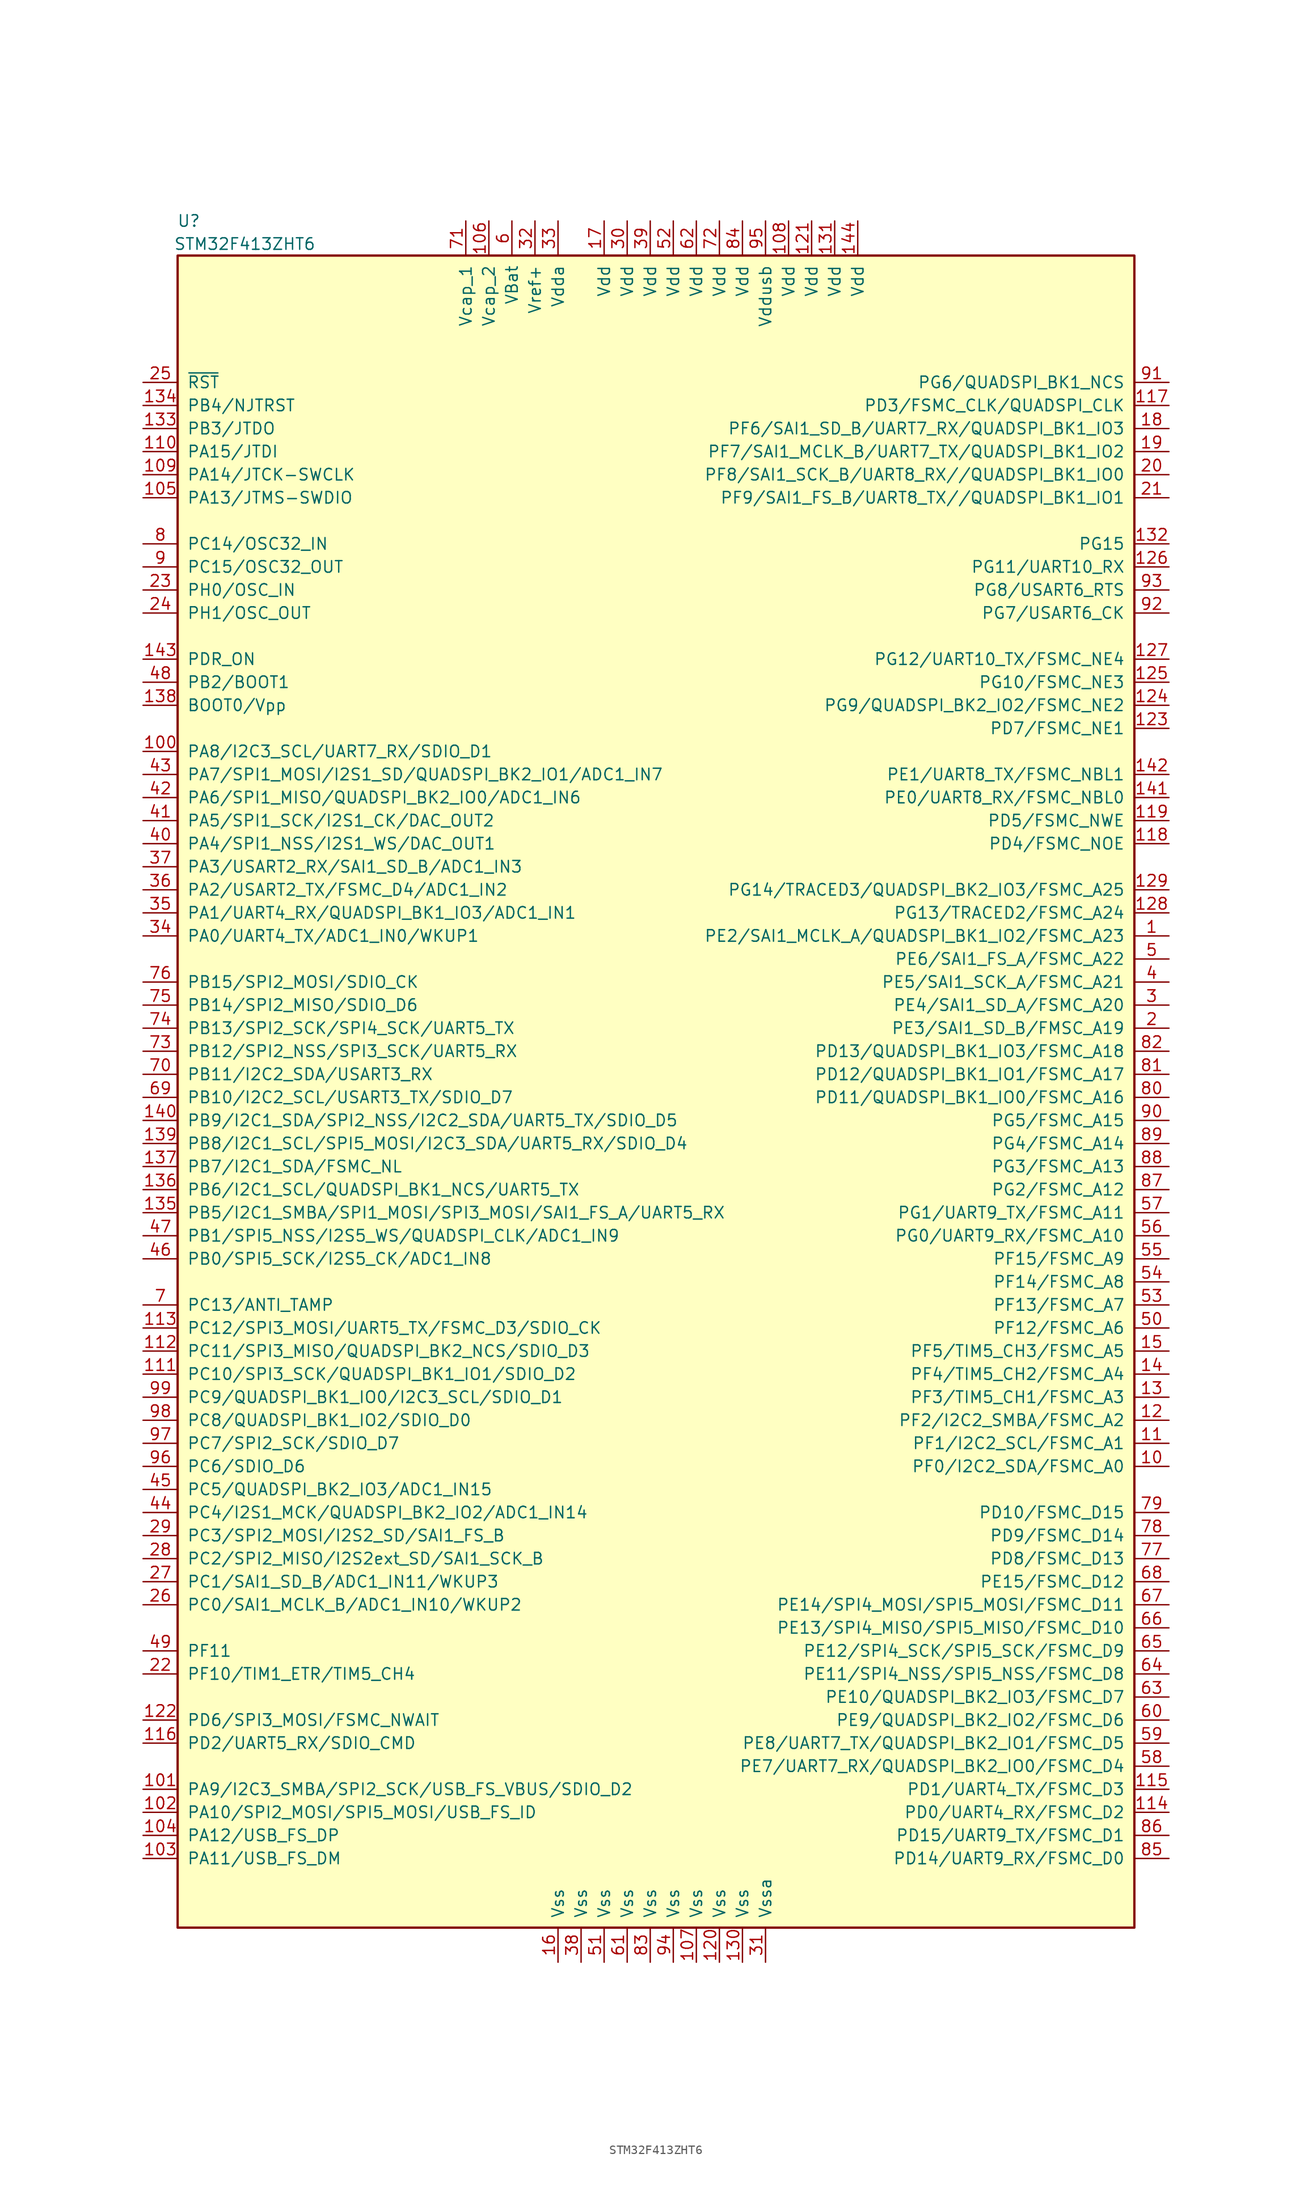
<source format=kicad_sym>
(kicad_symbol_lib
  (version 20211014)
  (generator kicad_symbol_editor)
  (symbol "STM32F413ZHT6"
    (pin_names
      (offset 1.016))
    (property "Reference" "U"
      (at -49.53 76.2 0)
      (effects (font (size 1.27 1.27)) (justify right)))
    (property "Value" "STM32F413ZHT6"
      (at -36.83 73.66 0)
      (effects (font (size 1.27 1.27)) (justify right)))
    (symbol "STM32F413ZHT6_0_1"
      (rectangle (start -52.07 72.39) (end 53.34 -111.76) (stroke (width 0.254) (type default) (color 0 0 0 0)) (fill (type background))))
    (symbol "STM32F413ZHT6_1_1"
      (pin bidirectional line (at 57.15 -2.54 180) (length 3.81) (name "PE2/SAI1_MCLK_A/QUADSPI_BK1_IO2/FSMC_A23" (effects (font (size 1.27 1.27)))) (number "1" (effects (font (size 1.27 1.27)))))
      (pin bidirectional line (at 57.15 -60.96 180) (length 3.81) (name "PF0/I2C2_SDA/FSMC_A0" (effects (font (size 1.27 1.27)))) (number "10" (effects (font (size 1.27 1.27)))))
      (pin bidirectional line (at -55.88 17.78 0) (length 3.81) (name "PA8/I2C3_SCL/UART7_RX/SDIO_D1" (effects (font (size 1.27 1.27)))) (number "100" (effects (font (size 1.27 1.27)))))
      (pin bidirectional line (at -55.88 -96.52 0) (length 3.81) (name "PA9/I2C3_SMBA/SPI2_SCK/USB_FS_VBUS/SDIO_D2" (effects (font (size 1.27 1.27)))) (number "101" (effects (font (size 1.27 1.27)))))
      (pin bidirectional line (at -55.88 -99.06 0) (length 3.81) (name "PA10/SPI2_MOSI/SPI5_MOSI/USB_FS_ID" (effects (font (size 1.27 1.27)))) (number "102" (effects (font (size 1.27 1.27)))))
      (pin bidirectional line (at -55.88 -104.14 0) (length 3.81) (name "PA11/USB_FS_DM" (effects (font (size 1.27 1.27)))) (number "103" (effects (font (size 1.27 1.27)))))
      (pin bidirectional line (at -55.88 -101.6 0) (length 3.81) (name "PA12/USB_FS_DP" (effects (font (size 1.27 1.27)))) (number "104" (effects (font (size 1.27 1.27)))))
      (pin bidirectional line (at -55.88 45.72 0) (length 3.81) (name "PA13/JTMS-SWDIO" (effects (font (size 1.27 1.27)))) (number "105" (effects (font (size 1.27 1.27)))))
      (pin power_in line (at -17.78 76.2 270) (length 3.81) (name "Vcap_2" (effects (font (size 1.27 1.27)))) (number "106" (effects (font (size 1.27 1.27)))))
      (pin power_in line (at 5.08 -115.57 90) (length 3.81) (name "Vss" (effects (font (size 1.27 1.27)))) (number "107" (effects (font (size 1.27 1.27)))))
      (pin power_in line (at 15.24 76.2 270) (length 3.81) (name "Vdd" (effects (font (size 1.27 1.27)))) (number "108" (effects (font (size 1.27 1.27)))))
      (pin bidirectional line (at -55.88 48.26 0) (length 3.81) (name "PA14/JTCK-SWCLK" (effects (font (size 1.27 1.27)))) (number "109" (effects (font (size 1.27 1.27)))))
      (pin bidirectional line (at 57.15 -58.42 180) (length 3.81) (name "PF1/I2C2_SCL/FSMC_A1" (effects (font (size 1.27 1.27)))) (number "11" (effects (font (size 1.27 1.27)))))
      (pin bidirectional line (at -55.88 50.8 0) (length 3.81) (name "PA15/JTDI" (effects (font (size 1.27 1.27)))) (number "110" (effects (font (size 1.27 1.27)))))
      (pin bidirectional line (at -55.88 -50.8 0) (length 3.81) (name "PC10/SPI3_SCK/QUADSPI_BK1_IO1/SDIO_D2" (effects (font (size 1.27 1.27)))) (number "111" (effects (font (size 1.27 1.27)))))
      (pin bidirectional line (at -55.88 -48.26 0) (length 3.81) (name "PC11/SPI3_MISO/QUADSPI_BK2_NCS/SDIO_D3" (effects (font (size 1.27 1.27)))) (number "112" (effects (font (size 1.27 1.27)))))
      (pin bidirectional line (at -55.88 -45.72 0) (length 3.81) (name "PC12/SPI3_MOSI/UART5_TX/FSMC_D3/SDIO_CK" (effects (font (size 1.27 1.27)))) (number "113" (effects (font (size 1.27 1.27)))))
      (pin bidirectional line (at 57.15 -99.06 180) (length 3.81) (name "PD0/UART4_RX/FSMC_D2" (effects (font (size 1.27 1.27)))) (number "114" (effects (font (size 1.27 1.27)))))
      (pin bidirectional line (at 57.15 -96.52 180) (length 3.81) (name "PD1/UART4_TX/FSMC_D3" (effects (font (size 1.27 1.27)))) (number "115" (effects (font (size 1.27 1.27)))))
      (pin bidirectional line (at -55.88 -91.44 0) (length 3.81) (name "PD2/UART5_RX/SDIO_CMD" (effects (font (size 1.27 1.27)))) (number "116" (effects (font (size 1.27 1.27)))))
      (pin bidirectional line (at 57.15 55.88 180) (length 3.81) (name "PD3/FSMC_CLK/QUADSPI_CLK" (effects (font (size 1.27 1.27)))) (number "117" (effects (font (size 1.27 1.27)))))
      (pin bidirectional line (at 57.15 7.62 180) (length 3.81) (name "PD4/FSMC_NOE" (effects (font (size 1.27 1.27)))) (number "118" (effects (font (size 1.27 1.27)))))
      (pin bidirectional line (at 57.15 10.16 180) (length 3.81) (name "PD5/FSMC_NWE" (effects (font (size 1.27 1.27)))) (number "119" (effects (font (size 1.27 1.27)))))
      (pin bidirectional line (at 57.15 -55.88 180) (length 3.81) (name "PF2/I2C2_SMBA/FSMC_A2" (effects (font (size 1.27 1.27)))) (number "12" (effects (font (size 1.27 1.27)))))
      (pin power_in line (at 7.62 -115.57 90) (length 3.81) (name "Vss" (effects (font (size 1.27 1.27)))) (number "120" (effects (font (size 1.27 1.27)))))
      (pin power_in line (at 17.78 76.2 270) (length 3.81) (name "Vdd" (effects (font (size 1.27 1.27)))) (number "121" (effects (font (size 1.27 1.27)))))
      (pin bidirectional line (at -55.88 -88.9 0) (length 3.81) (name "PD6/SPI3_MOSI/FSMC_NWAIT" (effects (font (size 1.27 1.27)))) (number "122" (effects (font (size 1.27 1.27)))))
      (pin bidirectional line (at 57.15 20.32 180) (length 3.81) (name "PD7/FSMC_NE1" (effects (font (size 1.27 1.27)))) (number "123" (effects (font (size 1.27 1.27)))))
      (pin bidirectional line (at 57.15 22.86 180) (length 3.81) (name "PG9/QUADSPI_BK2_IO2/FSMC_NE2" (effects (font (size 1.27 1.27)))) (number "124" (effects (font (size 1.27 1.27)))))
      (pin bidirectional line (at 57.15 25.4 180) (length 3.81) (name "PG10/FSMC_NE3" (effects (font (size 1.27 1.27)))) (number "125" (effects (font (size 1.27 1.27)))))
      (pin bidirectional line (at 57.15 38.1 180) (length 3.81) (name "PG11/UART10_RX" (effects (font (size 1.27 1.27)))) (number "126" (effects (font (size 1.27 1.27)))))
      (pin bidirectional line (at 57.15 27.94 180) (length 3.81) (name "PG12/UART10_TX/FSMC_NE4" (effects (font (size 1.27 1.27)))) (number "127" (effects (font (size 1.27 1.27)))))
      (pin bidirectional line (at 57.15 0 180) (length 3.81) (name "PG13/TRACED2/FSMC_A24" (effects (font (size 1.27 1.27)))) (number "128" (effects (font (size 1.27 1.27)))))
      (pin bidirectional line (at 57.15 2.54 180) (length 3.81) (name "PG14/TRACED3/QUADSPI_BK2_IO3/FSMC_A25" (effects (font (size 1.27 1.27)))) (number "129" (effects (font (size 1.27 1.27)))))
      (pin bidirectional line (at 57.15 -53.34 180) (length 3.81) (name "PF3/TIM5_CH1/FSMC_A3" (effects (font (size 1.27 1.27)))) (number "13" (effects (font (size 1.27 1.27)))))
      (pin power_in line (at 10.16 -115.57 90) (length 3.81) (name "Vss" (effects (font (size 1.27 1.27)))) (number "130" (effects (font (size 1.27 1.27)))))
      (pin power_in line (at 20.32 76.2 270) (length 3.81) (name "Vdd" (effects (font (size 1.27 1.27)))) (number "131" (effects (font (size 1.27 1.27)))))
      (pin bidirectional line (at 57.15 40.64 180) (length 3.81) (name "PG15" (effects (font (size 1.27 1.27)))) (number "132" (effects (font (size 1.27 1.27)))))
      (pin bidirectional line (at -55.88 53.34 0) (length 3.81) (name "PB3/JTDO" (effects (font (size 1.27 1.27)))) (number "133" (effects (font (size 1.27 1.27)))))
      (pin bidirectional line (at -55.88 55.88 0) (length 3.81) (name "PB4/NJTRST" (effects (font (size 1.27 1.27)))) (number "134" (effects (font (size 1.27 1.27)))))
      (pin bidirectional line (at -55.88 -33.02 0) (length 3.81) (name "PB5/I2C1_SMBA/SPI1_MOSI/SPI3_MOSI/SAI1_FS_A/UART5_RX" (effects (font (size 1.27 1.27)))) (number "135" (effects (font (size 1.27 1.27)))))
      (pin bidirectional line (at -55.88 -30.48 0) (length 3.81) (name "PB6/I2C1_SCL/QUADSPI_BK1_NCS/UART5_TX" (effects (font (size 1.27 1.27)))) (number "136" (effects (font (size 1.27 1.27)))))
      (pin bidirectional line (at -55.88 -27.94 0) (length 3.81) (name "PB7/I2C1_SDA/FSMC_NL" (effects (font (size 1.27 1.27)))) (number "137" (effects (font (size 1.27 1.27)))))
      (pin bidirectional line (at -55.88 22.86 0) (length 3.81) (name "BOOT0/Vpp" (effects (font (size 1.27 1.27)))) (number "138" (effects (font (size 1.27 1.27)))))
      (pin bidirectional line (at -55.88 -25.4 0) (length 3.81) (name "PB8/I2C1_SCL/SPI5_MOSI/I2C3_SDA/UART5_RX/SDIO_D4" (effects (font (size 1.27 1.27)))) (number "139" (effects (font (size 1.27 1.27)))))
      (pin bidirectional line (at 57.15 -50.8 180) (length 3.81) (name "PF4/TIM5_CH2/FSMC_A4" (effects (font (size 1.27 1.27)))) (number "14" (effects (font (size 1.27 1.27)))))
      (pin bidirectional line (at -55.88 -22.86 0) (length 3.81) (name "PB9/I2C1_SDA/SPI2_NSS/I2C2_SDA/UART5_TX/SDIO_D5" (effects (font (size 1.27 1.27)))) (number "140" (effects (font (size 1.27 1.27)))))
      (pin bidirectional line (at 57.15 12.7 180) (length 3.81) (name "PE0/UART8_RX/FSMC_NBL0" (effects (font (size 1.27 1.27)))) (number "141" (effects (font (size 1.27 1.27)))))
      (pin bidirectional line (at 57.15 15.24 180) (length 3.81) (name "PE1/UART8_TX/FSMC_NBL1" (effects (font (size 1.27 1.27)))) (number "142" (effects (font (size 1.27 1.27)))))
      (pin bidirectional line (at -55.88 27.94 0) (length 3.81) (name "PDR_ON" (effects (font (size 1.27 1.27)))) (number "143" (effects (font (size 1.27 1.27)))))
      (pin power_in line (at 22.86 76.2 270) (length 3.81) (name "Vdd" (effects (font (size 1.27 1.27)))) (number "144" (effects (font (size 1.27 1.27)))))
      (pin bidirectional line (at 57.15 -48.26 180) (length 3.81) (name "PF5/TIM5_CH3/FSMC_A5" (effects (font (size 1.27 1.27)))) (number "15" (effects (font (size 1.27 1.27)))))
      (pin power_in line (at -10.16 -115.57 90) (length 3.81) (name "Vss" (effects (font (size 1.27 1.27)))) (number "16" (effects (font (size 1.27 1.27)))))
      (pin power_in line (at -5.08 76.2 270) (length 3.81) (name "Vdd" (effects (font (size 1.27 1.27)))) (number "17" (effects (font (size 1.27 1.27)))))
      (pin bidirectional line (at 57.15 53.34 180) (length 3.81) (name "PF6/SAI1_SD_B/UART7_RX/QUADSPI_BK1_IO3" (effects (font (size 1.27 1.27)))) (number "18" (effects (font (size 1.27 1.27)))))
      (pin bidirectional line (at 57.15 50.8 180) (length 3.81) (name "PF7/SAI1_MCLK_B/UART7_TX/QUADSPI_BK1_IO2" (effects (font (size 1.27 1.27)))) (number "19" (effects (font (size 1.27 1.27)))))
      (pin bidirectional line (at 57.15 -12.7 180) (length 3.81) (name "PE3/SAI1_SD_B/FMSC_A19" (effects (font (size 1.27 1.27)))) (number "2" (effects (font (size 1.27 1.27)))))
      (pin bidirectional line (at 57.15 48.26 180) (length 3.81) (name "PF8/SAI1_SCK_B/UART8_RX//QUADSPI_BK1_IO0" (effects (font (size 1.27 1.27)))) (number "20" (effects (font (size 1.27 1.27)))))
      (pin bidirectional line (at 57.15 45.72 180) (length 3.81) (name "PF9/SAI1_FS_B/UART8_TX//QUADSPI_BK1_IO1" (effects (font (size 1.27 1.27)))) (number "21" (effects (font (size 1.27 1.27)))))
      (pin bidirectional line (at -55.88 -83.82 0) (length 3.81) (name "PF10/TIM1_ETR/TIM5_CH4" (effects (font (size 1.27 1.27)))) (number "22" (effects (font (size 1.27 1.27)))))
      (pin bidirectional line (at -55.88 35.56 0) (length 3.81) (name "PH0/OSC_IN" (effects (font (size 1.27 1.27)))) (number "23" (effects (font (size 1.27 1.27)))))
      (pin bidirectional line (at -55.88 33.02 0) (length 3.81) (name "PH1/OSC_OUT" (effects (font (size 1.27 1.27)))) (number "24" (effects (font (size 1.27 1.27)))))
      (pin bidirectional line (at -55.88 58.42 0) (length 3.81) (name "~{RST}" (effects (font (size 1.27 1.27)))) (number "25" (effects (font (size 1.27 1.27)))))
      (pin bidirectional line (at -55.88 -76.2 0) (length 3.81) (name "PC0/SAI1_MCLK_B/ADC1_IN10/WKUP2" (effects (font (size 1.27 1.27)))) (number "26" (effects (font (size 1.27 1.27)))))
      (pin bidirectional line (at -55.88 -73.66 0) (length 3.81) (name "PC1/SAI1_SD_B/ADC1_IN11/WKUP3" (effects (font (size 1.27 1.27)))) (number "27" (effects (font (size 1.27 1.27)))))
      (pin bidirectional line (at -55.88 -71.12 0) (length 3.81) (name "PC2/SPI2_MISO/I2S2ext_SD/SAI1_SCK_B" (effects (font (size 1.27 1.27)))) (number "28" (effects (font (size 1.27 1.27)))))
      (pin bidirectional line (at -55.88 -68.58 0) (length 3.81) (name "PC3/SPI2_MOSI/I2S2_SD/SAI1_FS_B" (effects (font (size 1.27 1.27)))) (number "29" (effects (font (size 1.27 1.27)))))
      (pin bidirectional line (at 57.15 -10.16 180) (length 3.81) (name "PE4/SAI1_SD_A/FSMC_A20" (effects (font (size 1.27 1.27)))) (number "3" (effects (font (size 1.27 1.27)))))
      (pin power_in line (at -2.54 76.2 270) (length 3.81) (name "Vdd" (effects (font (size 1.27 1.27)))) (number "30" (effects (font (size 1.27 1.27)))))
      (pin power_in line (at 12.7 -115.57 90) (length 3.81) (name "Vssa" (effects (font (size 1.27 1.27)))) (number "31" (effects (font (size 1.27 1.27)))))
      (pin power_in line (at -12.7 76.2 270) (length 3.81) (name "Vref+" (effects (font (size 1.27 1.27)))) (number "32" (effects (font (size 1.27 1.27)))))
      (pin power_in line (at -10.16 76.2 270) (length 3.81) (name "Vdda" (effects (font (size 1.27 1.27)))) (number "33" (effects (font (size 1.27 1.27)))))
      (pin bidirectional line (at -55.88 -2.54 0) (length 3.81) (name "PA0/UART4_TX/ADC1_IN0/WKUP1" (effects (font (size 1.27 1.27)))) (number "34" (effects (font (size 1.27 1.27)))))
      (pin bidirectional line (at -55.88 0 0) (length 3.81) (name "PA1/UART4_RX/QUADSPI_BK1_IO3/ADC1_IN1" (effects (font (size 1.27 1.27)))) (number "35" (effects (font (size 1.27 1.27)))))
      (pin bidirectional line (at -55.88 2.54 0) (length 3.81) (name "PA2/USART2_TX/FSMC_D4/ADC1_IN2" (effects (font (size 1.27 1.27)))) (number "36" (effects (font (size 1.27 1.27)))))
      (pin bidirectional line (at -55.88 5.08 0) (length 3.81) (name "PA3/USART2_RX/SAI1_SD_B/ADC1_IN3" (effects (font (size 1.27 1.27)))) (number "37" (effects (font (size 1.27 1.27)))))
      (pin power_in line (at -7.62 -115.57 90) (length 3.81) (name "Vss" (effects (font (size 1.27 1.27)))) (number "38" (effects (font (size 1.27 1.27)))))
      (pin power_in line (at 0 76.2 270) (length 3.81) (name "Vdd" (effects (font (size 1.27 1.27)))) (number "39" (effects (font (size 1.27 1.27)))))
      (pin bidirectional line (at 57.15 -7.62 180) (length 3.81) (name "PE5/SAI1_SCK_A/FSMC_A21" (effects (font (size 1.27 1.27)))) (number "4" (effects (font (size 1.27 1.27)))))
      (pin bidirectional line (at -55.88 7.62 0) (length 3.81) (name "PA4/SPI1_NSS/I2S1_WS/DAC_OUT1" (effects (font (size 1.27 1.27)))) (number "40" (effects (font (size 1.27 1.27)))))
      (pin bidirectional line (at -55.88 10.16 0) (length 3.81) (name "PA5/SPI1_SCK/I2S1_CK/DAC_OUT2" (effects (font (size 1.27 1.27)))) (number "41" (effects (font (size 1.27 1.27)))))
      (pin bidirectional line (at -55.88 12.7 0) (length 3.81) (name "PA6/SPI1_MISO/QUADSPI_BK2_IO0/ADC1_IN6" (effects (font (size 1.27 1.27)))) (number "42" (effects (font (size 1.27 1.27)))))
      (pin bidirectional line (at -55.88 15.24 0) (length 3.81) (name "PA7/SPI1_MOSI/I2S1_SD/QUADSPI_BK2_IO1/ADC1_IN7" (effects (font (size 1.27 1.27)))) (number "43" (effects (font (size 1.27 1.27)))))
      (pin bidirectional line (at -55.88 -66.04 0) (length 3.81) (name "PC4/I2S1_MCK/QUADSPI_BK2_IO2/ADC1_IN14" (effects (font (size 1.27 1.27)))) (number "44" (effects (font (size 1.27 1.27)))))
      (pin bidirectional line (at -55.88 -63.5 0) (length 3.81) (name "PC5/QUADSPI_BK2_IO3/ADC1_IN15" (effects (font (size 1.27 1.27)))) (number "45" (effects (font (size 1.27 1.27)))))
      (pin bidirectional line (at -55.88 -38.1 0) (length 3.81) (name "PB0/SPI5_SCK/I2S5_CK/ADC1_IN8" (effects (font (size 1.27 1.27)))) (number "46" (effects (font (size 1.27 1.27)))))
      (pin bidirectional line (at -55.88 -35.56 0) (length 3.81) (name "PB1/SPI5_NSS/I2S5_WS/QUADSPI_CLK/ADC1_IN9" (effects (font (size 1.27 1.27)))) (number "47" (effects (font (size 1.27 1.27)))))
      (pin bidirectional line (at -55.88 25.4 0) (length 3.81) (name "PB2/BOOT1" (effects (font (size 1.27 1.27)))) (number "48" (effects (font (size 1.27 1.27)))))
      (pin bidirectional line (at -55.88 -81.28 0) (length 3.81) (name "PF11" (effects (font (size 1.27 1.27)))) (number "49" (effects (font (size 1.27 1.27)))))
      (pin bidirectional line (at 57.15 -5.08 180) (length 3.81) (name "PE6/SAI1_FS_A/FSMC_A22" (effects (font (size 1.27 1.27)))) (number "5" (effects (font (size 1.27 1.27)))))
      (pin bidirectional line (at 57.15 -45.72 180) (length 3.81) (name "PF12/FSMC_A6" (effects (font (size 1.27 1.27)))) (number "50" (effects (font (size 1.27 1.27)))))
      (pin power_in line (at -5.08 -115.57 90) (length 3.81) (name "Vss" (effects (font (size 1.27 1.27)))) (number "51" (effects (font (size 1.27 1.27)))))
      (pin power_in line (at 2.54 76.2 270) (length 3.81) (name "Vdd" (effects (font (size 1.27 1.27)))) (number "52" (effects (font (size 1.27 1.27)))))
      (pin bidirectional line (at 57.15 -43.18 180) (length 3.81) (name "PF13/FSMC_A7" (effects (font (size 1.27 1.27)))) (number "53" (effects (font (size 1.27 1.27)))))
      (pin bidirectional line (at 57.15 -40.64 180) (length 3.81) (name "PF14/FSMC_A8" (effects (font (size 1.27 1.27)))) (number "54" (effects (font (size 1.27 1.27)))))
      (pin bidirectional line (at 57.15 -38.1 180) (length 3.81) (name "PF15/FSMC_A9" (effects (font (size 1.27 1.27)))) (number "55" (effects (font (size 1.27 1.27)))))
      (pin bidirectional line (at 57.15 -35.56 180) (length 3.81) (name "PG0/UART9_RX/FSMC_A10" (effects (font (size 1.27 1.27)))) (number "56" (effects (font (size 1.27 1.27)))))
      (pin bidirectional line (at 57.15 -33.02 180) (length 3.81) (name "PG1/UART9_TX/FSMC_A11" (effects (font (size 1.27 1.27)))) (number "57" (effects (font (size 1.27 1.27)))))
      (pin bidirectional line (at 57.15 -93.98 180) (length 3.81) (name "PE7/UART7_RX/QUADSPI_BK2_IO0/FSMC_D4" (effects (font (size 1.27 1.27)))) (number "58" (effects (font (size 1.27 1.27)))))
      (pin bidirectional line (at 57.15 -91.44 180) (length 3.81) (name "PE8/UART7_TX/QUADSPI_BK2_IO1/FSMC_D5" (effects (font (size 1.27 1.27)))) (number "59" (effects (font (size 1.27 1.27)))))
      (pin power_in line (at -15.24 76.2 270) (length 3.81) (name "VBat" (effects (font (size 1.27 1.27)))) (number "6" (effects (font (size 1.27 1.27)))))
      (pin bidirectional line (at 57.15 -88.9 180) (length 3.81) (name "PE9/QUADSPI_BK2_IO2/FSMC_D6" (effects (font (size 1.27 1.27)))) (number "60" (effects (font (size 1.27 1.27)))))
      (pin power_in line (at -2.54 -115.57 90) (length 3.81) (name "Vss" (effects (font (size 1.27 1.27)))) (number "61" (effects (font (size 1.27 1.27)))))
      (pin power_in line (at 5.08 76.2 270) (length 3.81) (name "Vdd" (effects (font (size 1.27 1.27)))) (number "62" (effects (font (size 1.27 1.27)))))
      (pin bidirectional line (at 57.15 -86.36 180) (length 3.81) (name "PE10/QUADSPI_BK2_IO3/FSMC_D7" (effects (font (size 1.27 1.27)))) (number "63" (effects (font (size 1.27 1.27)))))
      (pin bidirectional line (at 57.15 -83.82 180) (length 3.81) (name "PE11/SPI4_NSS/SPI5_NSS/FSMC_D8" (effects (font (size 1.27 1.27)))) (number "64" (effects (font (size 1.27 1.27)))))
      (pin bidirectional line (at 57.15 -81.28 180) (length 3.81) (name "PE12/SPI4_SCK/SPI5_SCK/FSMC_D9" (effects (font (size 1.27 1.27)))) (number "65" (effects (font (size 1.27 1.27)))))
      (pin bidirectional line (at 57.15 -78.74 180) (length 3.81) (name "PE13/SPI4_MISO/SPI5_MISO/FSMC_D10" (effects (font (size 1.27 1.27)))) (number "66" (effects (font (size 1.27 1.27)))))
      (pin bidirectional line (at 57.15 -76.2 180) (length 3.81) (name "PE14/SPI4_MOSI/SPI5_MOSI/FSMC_D11" (effects (font (size 1.27 1.27)))) (number "67" (effects (font (size 1.27 1.27)))))
      (pin bidirectional line (at 57.15 -73.66 180) (length 3.81) (name "PE15/FSMC_D12" (effects (font (size 1.27 1.27)))) (number "68" (effects (font (size 1.27 1.27)))))
      (pin bidirectional line (at -55.88 -20.32 0) (length 3.81) (name "PB10/I2C2_SCL/USART3_TX/SDIO_D7" (effects (font (size 1.27 1.27)))) (number "69" (effects (font (size 1.27 1.27)))))
      (pin bidirectional line (at -55.88 -43.18 0) (length 3.81) (name "PC13/ANTI_TAMP" (effects (font (size 1.27 1.27)))) (number "7" (effects (font (size 1.27 1.27)))))
      (pin bidirectional line (at -55.88 -17.78 0) (length 3.81) (name "PB11/I2C2_SDA/USART3_RX" (effects (font (size 1.27 1.27)))) (number "70" (effects (font (size 1.27 1.27)))))
      (pin power_in line (at -20.32 76.2 270) (length 3.81) (name "Vcap_1" (effects (font (size 1.27 1.27)))) (number "71" (effects (font (size 1.27 1.27)))))
      (pin power_in line (at 7.62 76.2 270) (length 3.81) (name "Vdd" (effects (font (size 1.27 1.27)))) (number "72" (effects (font (size 1.27 1.27)))))
      (pin bidirectional line (at -55.88 -15.24 0) (length 3.81) (name "PB12/SPI2_NSS/SPI3_SCK/UART5_RX" (effects (font (size 1.27 1.27)))) (number "73" (effects (font (size 1.27 1.27)))))
      (pin bidirectional line (at -55.88 -12.7 0) (length 3.81) (name "PB13/SPI2_SCK/SPI4_SCK/UART5_TX" (effects (font (size 1.27 1.27)))) (number "74" (effects (font (size 1.27 1.27)))))
      (pin bidirectional line (at -55.88 -10.16 0) (length 3.81) (name "PB14/SPI2_MISO/SDIO_D6" (effects (font (size 1.27 1.27)))) (number "75" (effects (font (size 1.27 1.27)))))
      (pin bidirectional line (at -55.88 -7.62 0) (length 3.81) (name "PB15/SPI2_MOSI/SDIO_CK" (effects (font (size 1.27 1.27)))) (number "76" (effects (font (size 1.27 1.27)))))
      (pin bidirectional line (at 57.15 -71.12 180) (length 3.81) (name "PD8/FSMC_D13" (effects (font (size 1.27 1.27)))) (number "77" (effects (font (size 1.27 1.27)))))
      (pin bidirectional line (at 57.15 -68.58 180) (length 3.81) (name "PD9/FSMC_D14" (effects (font (size 1.27 1.27)))) (number "78" (effects (font (size 1.27 1.27)))))
      (pin bidirectional line (at 57.15 -66.04 180) (length 3.81) (name "PD10/FSMC_D15" (effects (font (size 1.27 1.27)))) (number "79" (effects (font (size 1.27 1.27)))))
      (pin bidirectional line (at -55.88 40.64 0) (length 3.81) (name "PC14/OSC32_IN" (effects (font (size 1.27 1.27)))) (number "8" (effects (font (size 1.27 1.27)))))
      (pin bidirectional line (at 57.15 -20.32 180) (length 3.81) (name "PD11/QUADSPI_BK1_IO0/FSMC_A16" (effects (font (size 1.27 1.27)))) (number "80" (effects (font (size 1.27 1.27)))))
      (pin bidirectional line (at 57.15 -17.78 180) (length 3.81) (name "PD12/QUADSPI_BK1_IO1/FSMC_A17" (effects (font (size 1.27 1.27)))) (number "81" (effects (font (size 1.27 1.27)))))
      (pin bidirectional line (at 57.15 -15.24 180) (length 3.81) (name "PD13/QUADSPI_BK1_IO3/FSMC_A18" (effects (font (size 1.27 1.27)))) (number "82" (effects (font (size 1.27 1.27)))))
      (pin power_in line (at 0 -115.57 90) (length 3.81) (name "Vss" (effects (font (size 1.27 1.27)))) (number "83" (effects (font (size 1.27 1.27)))))
      (pin power_in line (at 10.16 76.2 270) (length 3.81) (name "Vdd" (effects (font (size 1.27 1.27)))) (number "84" (effects (font (size 1.27 1.27)))))
      (pin bidirectional line (at 57.15 -104.14 180) (length 3.81) (name "PD14/UART9_RX/FSMC_D0" (effects (font (size 1.27 1.27)))) (number "85" (effects (font (size 1.27 1.27)))))
      (pin bidirectional line (at 57.15 -101.6 180) (length 3.81) (name "PD15/UART9_TX/FSMC_D1" (effects (font (size 1.27 1.27)))) (number "86" (effects (font (size 1.27 1.27)))))
      (pin bidirectional line (at 57.15 -30.48 180) (length 3.81) (name "PG2/FSMC_A12" (effects (font (size 1.27 1.27)))) (number "87" (effects (font (size 1.27 1.27)))))
      (pin bidirectional line (at 57.15 -27.94 180) (length 3.81) (name "PG3/FSMC_A13" (effects (font (size 1.27 1.27)))) (number "88" (effects (font (size 1.27 1.27)))))
      (pin bidirectional line (at 57.15 -25.4 180) (length 3.81) (name "PG4/FSMC_A14" (effects (font (size 1.27 1.27)))) (number "89" (effects (font (size 1.27 1.27)))))
      (pin bidirectional line (at -55.88 38.1 0) (length 3.81) (name "PC15/OSC32_OUT" (effects (font (size 1.27 1.27)))) (number "9" (effects (font (size 1.27 1.27)))))
      (pin bidirectional line (at 57.15 -22.86 180) (length 3.81) (name "PG5/FSMC_A15" (effects (font (size 1.27 1.27)))) (number "90" (effects (font (size 1.27 1.27)))))
      (pin bidirectional line (at 57.15 58.42 180) (length 3.81) (name "PG6/QUADSPI_BK1_NCS" (effects (font (size 1.27 1.27)))) (number "91" (effects (font (size 1.27 1.27)))))
      (pin bidirectional line (at 57.15 33.02 180) (length 3.81) (name "PG7/USART6_CK" (effects (font (size 1.27 1.27)))) (number "92" (effects (font (size 1.27 1.27)))))
      (pin bidirectional line (at 57.15 35.56 180) (length 3.81) (name "PG8/USART6_RTS" (effects (font (size 1.27 1.27)))) (number "93" (effects (font (size 1.27 1.27)))))
      (pin power_in line (at 2.54 -115.57 90) (length 3.81) (name "Vss" (effects (font (size 1.27 1.27)))) (number "94" (effects (font (size 1.27 1.27)))))
      (pin power_in line (at 12.7 76.2 270) (length 3.81) (name "Vddusb" (effects (font (size 1.27 1.27)))) (number "95" (effects (font (size 1.27 1.27)))))
      (pin bidirectional line (at -55.88 -60.96 0) (length 3.81) (name "PC6/SDIO_D6" (effects (font (size 1.27 1.27)))) (number "96" (effects (font (size 1.27 1.27)))))
      (pin bidirectional line (at -55.88 -58.42 0) (length 3.81) (name "PC7/SPI2_SCK/SDIO_D7" (effects (font (size 1.27 1.27)))) (number "97" (effects (font (size 1.27 1.27)))))
      (pin bidirectional line (at -55.88 -55.88 0) (length 3.81) (name "PC8/QUADSPI_BK1_IO2/SDIO_D0" (effects (font (size 1.27 1.27)))) (number "98" (effects (font (size 1.27 1.27)))))
      (pin bidirectional line (at -55.88 -53.34 0) (length 3.81) (name "PC9/QUADSPI_BK1_IO0/I2C3_SCL/SDIO_D1" (effects (font (size 1.27 1.27)))) (number "99" (effects (font (size 1.27 1.27))))))))
</source>
